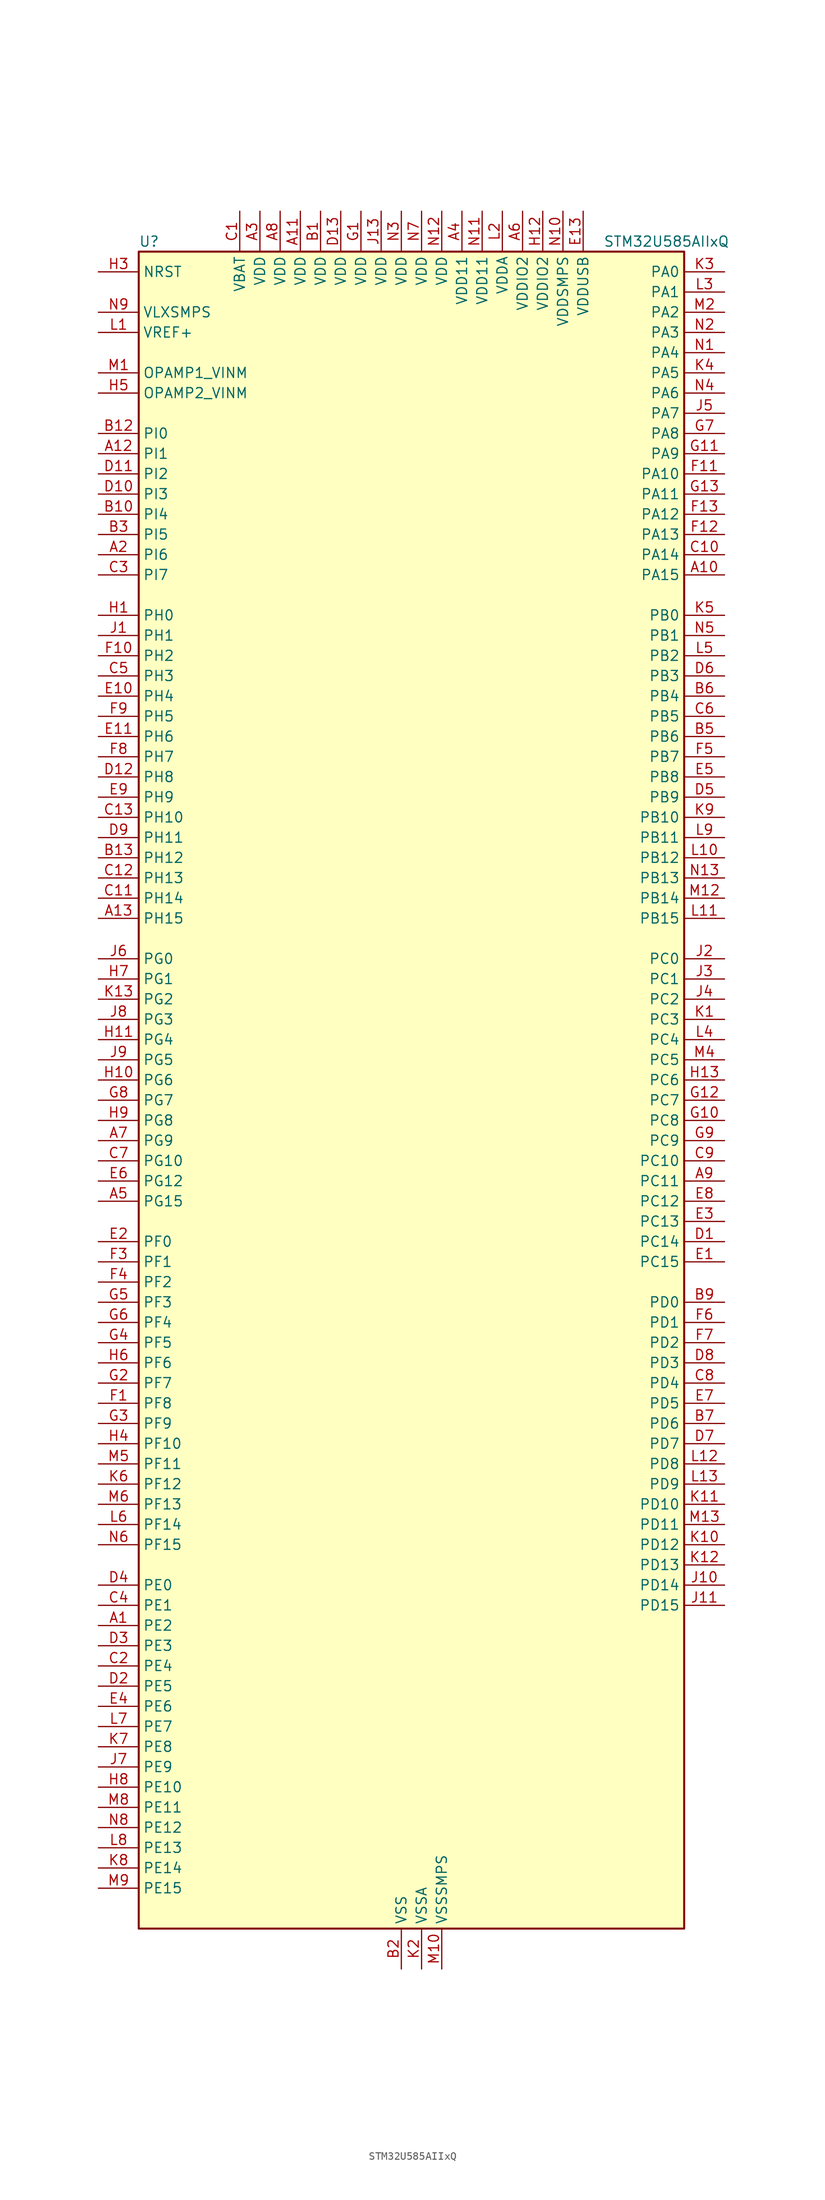
<source format=kicad_sym>
(kicad_symbol_lib
  (version 20211014)
  (generator kicad-library-utils)
  (symbol "STM32U585AIIxQ"
    (property "Reference" "U"
      (at -33.02 107.95 0)
      (effects (font (size 1.27 1.27)) (justify left)))
    (property "Value" "STM32U585AIIxQ"
      (at 25.4 107.95 0)
      (effects (font (size 1.27 1.27)) (justify left)))
    (property "ki_fp_filters" "*UFBGA*7x7mm*Layout13x13*P0.5mm*"
      (at 0.0 0.0 0.0)
      (effects (font (size 1.27 1.27))))
    (symbol "STM32U585AIIxQ_0_1"
      (rectangle (start -33.02 -104.14) (end 35.56 106.68) (stroke (width 0.254)) (fill (type background))))
    (symbol "STM32U585AIIxQ_1_1"
      (pin input line (at -38.1 104.14 0) (length 5.08) (name "NRST" (effects (font (size 1.27 1.27)))) (number "H3" (effects (font (size 1.27 1.27)))))
      (pin power_in line (at -38.1 99.06 0) (length 5.08) (name "VLXSMPS" (effects (font (size 1.27 1.27)))) (number "N9" (effects (font (size 1.27 1.27)))))
      (pin input line (at -38.1 96.52 0) (length 5.08) (name "VREF+" (effects (font (size 1.27 1.27)))) (number "L1" (effects (font (size 1.27 1.27)))) (alternate "VREFBUF_OUT" bidirectional line))
      (pin bidirectional line (at -38.1 91.44 0) (length 5.08) (name "OPAMP1_VINM" (effects (font (size 1.27 1.27)))) (number "M1" (effects (font (size 1.27 1.27)))) (alternate "OPAMP1_VINM" bidirectional line))
      (pin bidirectional line (at -38.1 88.9 0) (length 5.08) (name "OPAMP2_VINM" (effects (font (size 1.27 1.27)))) (number "H5" (effects (font (size 1.27 1.27)))) (alternate "OPAMP2_VINM" bidirectional line))
      (pin bidirectional line (at -38.1 83.82 0) (length 5.08) (name "PI0" (effects (font (size 1.27 1.27)))) (number "B12" (effects (font (size 1.27 1.27)))) (alternate "DCMI_D13" bidirectional line) (alternate "OCTOSPIM_P1_IO5" bidirectional line) (alternate "PSSI_D13" bidirectional line) (alternate "SPI2_NSS" bidirectional line) (alternate "TIM5_CH4" bidirectional line))
      (pin bidirectional line (at -38.1 81.28 0) (length 5.08) (name "PI1" (effects (font (size 1.27 1.27)))) (number "A12" (effects (font (size 1.27 1.27)))) (alternate "DCMI_D8" bidirectional line) (alternate "OCTOSPIM_P2_IO2" bidirectional line) (alternate "PSSI_D8" bidirectional line) (alternate "SPI2_SCK" bidirectional line))
      (pin bidirectional line (at -38.1 78.74 0) (length 5.08) (name "PI2" (effects (font (size 1.27 1.27)))) (number "D11" (effects (font (size 1.27 1.27)))) (alternate "DCMI_D9" bidirectional line) (alternate "OCTOSPIM_P2_IO1" bidirectional line) (alternate "PSSI_D9" bidirectional line) (alternate "SPI2_MISO" bidirectional line) (alternate "TIM8_CH4" bidirectional line))
      (pin bidirectional line (at -38.1 76.2 0) (length 5.08) (name "PI3" (effects (font (size 1.27 1.27)))) (number "D10" (effects (font (size 1.27 1.27)))) (alternate "DCMI_D10" bidirectional line) (alternate "OCTOSPIM_P2_IO0" bidirectional line) (alternate "PSSI_D10" bidirectional line) (alternate "SPI2_MOSI" bidirectional line) (alternate "TIM8_ETR" bidirectional line))
      (pin bidirectional line (at -38.1 73.66 0) (length 5.08) (name "PI4" (effects (font (size 1.27 1.27)))) (number "B10" (effects (font (size 1.27 1.27)))) (alternate "DCMI_D5" bidirectional line) (alternate "PSSI_D5" bidirectional line) (alternate "SPI2_RDY" bidirectional line) (alternate "TIM8_BKIN" bidirectional line))
      (pin bidirectional line (at -38.1 71.12 0) (length 5.08) (name "PI5" (effects (font (size 1.27 1.27)))) (number "B3" (effects (font (size 1.27 1.27)))) (alternate "DCMI_VSYNC" bidirectional line) (alternate "OCTOSPIM_P2_NCS" bidirectional line) (alternate "PSSI_RDY" bidirectional line) (alternate "TIM8_CH1" bidirectional line))
      (pin bidirectional line (at -38.1 68.58 0) (length 5.08) (name "PI6" (effects (font (size 1.27 1.27)))) (number "A2" (effects (font (size 1.27 1.27)))) (alternate "DCMI_D6" bidirectional line) (alternate "OCTOSPIM_P2_CLK" bidirectional line) (alternate "PSSI_D6" bidirectional line) (alternate "TIM8_CH2" bidirectional line))
      (pin bidirectional line (at -38.1 66.04 0) (length 5.08) (name "PI7" (effects (font (size 1.27 1.27)))) (number "C3" (effects (font (size 1.27 1.27)))) (alternate "DCMI_D7" bidirectional line) (alternate "OCTOSPIM_P2_NCLK" bidirectional line) (alternate "PSSI_D7" bidirectional line) (alternate "TIM8_CH3" bidirectional line))
      (pin bidirectional line (at -38.1 60.96 0) (length 5.08) (name "PH0" (effects (font (size 1.27 1.27)))) (number "H1" (effects (font (size 1.27 1.27)))) (alternate "RCC_OSC_IN" bidirectional line))
      (pin bidirectional line (at -38.1 58.42 0) (length 5.08) (name "PH1" (effects (font (size 1.27 1.27)))) (number "J1" (effects (font (size 1.27 1.27)))) (alternate "RCC_OSC_OUT" bidirectional line))
      (pin bidirectional line (at -38.1 55.88 0) (length 5.08) (name "PH2" (effects (font (size 1.27 1.27)))) (number "F10" (effects (font (size 1.27 1.27)))) (alternate "OCTOSPIM_P1_IO4" bidirectional line))
      (pin bidirectional line (at -38.1 53.34 0) (length 5.08) (name "PH3" (effects (font (size 1.27 1.27)))) (number "C5" (effects (font (size 1.27 1.27)))))
      (pin bidirectional line (at -38.1 50.8 0) (length 5.08) (name "PH4" (effects (font (size 1.27 1.27)))) (number "E10" (effects (font (size 1.27 1.27)))) (alternate "I2C2_SCL" bidirectional line) (alternate "OCTOSPIM_P2_DQS" bidirectional line) (alternate "PSSI_D14" bidirectional line))
      (pin bidirectional line (at -38.1 48.26 0) (length 5.08) (name "PH5" (effects (font (size 1.27 1.27)))) (number "F9" (effects (font (size 1.27 1.27)))) (alternate "DCMI_PIXCLK" bidirectional line) (alternate "I2C2_SDA" bidirectional line) (alternate "PSSI_PDCK" bidirectional line))
      (pin bidirectional line (at -38.1 45.72 0) (length 5.08) (name "PH6" (effects (font (size 1.27 1.27)))) (number "E11" (effects (font (size 1.27 1.27)))) (alternate "DCMI_D8" bidirectional line) (alternate "I2C2_SMBA" bidirectional line) (alternate "OCTOSPIM_P2_CLK" bidirectional line) (alternate "PSSI_D8" bidirectional line))
      (pin bidirectional line (at -38.1 43.18 0) (length 5.08) (name "PH7" (effects (font (size 1.27 1.27)))) (number "F8" (effects (font (size 1.27 1.27)))) (alternate "DCMI_D9" bidirectional line) (alternate "I2C3_SCL" bidirectional line) (alternate "OCTOSPIM_P2_NCLK" bidirectional line) (alternate "PSSI_D9" bidirectional line))
      (pin bidirectional line (at -38.1 40.64 0) (length 5.08) (name "PH8" (effects (font (size 1.27 1.27)))) (number "D12" (effects (font (size 1.27 1.27)))) (alternate "DCMI_HSYNC" bidirectional line) (alternate "I2C3_SDA" bidirectional line) (alternate "OCTOSPIM_P2_IO3" bidirectional line) (alternate "PSSI_DE" bidirectional line))
      (pin bidirectional line (at -38.1 38.1 0) (length 5.08) (name "PH9" (effects (font (size 1.27 1.27)))) (number "E9" (effects (font (size 1.27 1.27)))) (alternate "DAC1_EXTI9" bidirectional line) (alternate "DCMI_D0" bidirectional line) (alternate "I2C3_SMBA" bidirectional line) (alternate "OCTOSPIM_P2_IO4" bidirectional line) (alternate "PSSI_D0" bidirectional line))
      (pin bidirectional line (at -38.1 35.56 0) (length 5.08) (name "PH10" (effects (font (size 1.27 1.27)))) (number "C13" (effects (font (size 1.27 1.27)))) (alternate "DCMI_D1" bidirectional line) (alternate "OCTOSPIM_P2_IO5" bidirectional line) (alternate "PSSI_D1" bidirectional line) (alternate "TIM5_CH1" bidirectional line))
      (pin bidirectional line (at -38.1 33.02 0) (length 5.08) (name "PH11" (effects (font (size 1.27 1.27)))) (number "D9" (effects (font (size 1.27 1.27)))) (alternate "ADC1_EXTI11" bidirectional line) (alternate "DCMI_D2" bidirectional line) (alternate "OCTOSPIM_P2_IO6" bidirectional line) (alternate "PSSI_D2" bidirectional line) (alternate "TIM5_CH2" bidirectional line))
      (pin bidirectional line (at -38.1 30.48 0) (length 5.08) (name "PH12" (effects (font (size 1.27 1.27)))) (number "B13" (effects (font (size 1.27 1.27)))) (alternate "DCMI_D3" bidirectional line) (alternate "OCTOSPIM_P2_IO7" bidirectional line) (alternate "PSSI_D3" bidirectional line) (alternate "TIM5_CH3" bidirectional line) (alternate "TIM8_CH4N" bidirectional line))
      (pin bidirectional line (at -38.1 27.94 0) (length 5.08) (name "PH13" (effects (font (size 1.27 1.27)))) (number "C12" (effects (font (size 1.27 1.27)))) (alternate "FDCAN1_TX" bidirectional line) (alternate "TIM8_CH1N" bidirectional line))
      (pin bidirectional line (at -38.1 25.4 0) (length 5.08) (name "PH14" (effects (font (size 1.27 1.27)))) (number "C11" (effects (font (size 1.27 1.27)))) (alternate "DCMI_D4" bidirectional line) (alternate "FDCAN1_RX" bidirectional line) (alternate "PSSI_D4" bidirectional line) (alternate "TIM8_CH2N" bidirectional line))
      (pin bidirectional line (at -38.1 22.86 0) (length 5.08) (name "PH15" (effects (font (size 1.27 1.27)))) (number "A13" (effects (font (size 1.27 1.27)))) (alternate "ADC1_EXTI15" bidirectional line) (alternate "ADC4_EXTI15" bidirectional line) (alternate "DCMI_D11" bidirectional line) (alternate "OCTOSPIM_P2_IO6" bidirectional line) (alternate "PSSI_D11" bidirectional line) (alternate "TIM8_CH3N" bidirectional line))
      (pin bidirectional line (at -38.1 17.78 0) (length 5.08) (name "PG0" (effects (font (size 1.27 1.27)))) (number "J6" (effects (font (size 1.27 1.27)))) (alternate "ADC4_IN7" bidirectional line) (alternate "FMC_A10" bidirectional line) (alternate "OCTOSPIM_P2_IO4" bidirectional line) (alternate "TSC_G8_IO3" bidirectional line))
      (pin bidirectional line (at -38.1 15.24 0) (length 5.08) (name "PG1" (effects (font (size 1.27 1.27)))) (number "H7" (effects (font (size 1.27 1.27)))) (alternate "ADC4_IN8" bidirectional line) (alternate "FMC_A11" bidirectional line) (alternate "OCTOSPIM_P2_IO5" bidirectional line) (alternate "TSC_G8_IO4" bidirectional line))
      (pin bidirectional line (at -38.1 12.7 0) (length 5.08) (name "PG2" (effects (font (size 1.27 1.27)))) (number "K13" (effects (font (size 1.27 1.27)))) (alternate "FMC_A12" bidirectional line) (alternate "SAI2_SCK_B" bidirectional line) (alternate "SPI1_SCK" bidirectional line))
      (pin bidirectional line (at -38.1 10.16 0) (length 5.08) (name "PG3" (effects (font (size 1.27 1.27)))) (number "J8" (effects (font (size 1.27 1.27)))) (alternate "FMC_A13" bidirectional line) (alternate "SAI2_FS_B" bidirectional line) (alternate "SPI1_MISO" bidirectional line))
      (pin bidirectional line (at -38.1 7.62 0) (length 5.08) (name "PG4" (effects (font (size 1.27 1.27)))) (number "H11" (effects (font (size 1.27 1.27)))) (alternate "FMC_A14" bidirectional line) (alternate "SAI2_MCLK_B" bidirectional line) (alternate "SPI1_MOSI" bidirectional line))
      (pin bidirectional line (at -38.1 5.08 0) (length 5.08) (name "PG5" (effects (font (size 1.27 1.27)))) (number "J9" (effects (font (size 1.27 1.27)))) (alternate "FMC_A15" bidirectional line) (alternate "LPUART1_CTS" bidirectional line) (alternate "SAI2_SD_B" bidirectional line) (alternate "SPI1_NSS" bidirectional line))
      (pin bidirectional line (at -38.1 2.54 0) (length 5.08) (name "PG6" (effects (font (size 1.27 1.27)))) (number "H10" (effects (font (size 1.27 1.27)))) (alternate "I2C3_SMBA" bidirectional line) (alternate "LPUART1_DE" bidirectional line) (alternate "LPUART1_RTS" bidirectional line) (alternate "OCTOSPIM_P1_DQS" bidirectional line) (alternate "SPI1_RDY" bidirectional line) (alternate "UCPD1_FRSTX1" bidirectional line))
      (pin bidirectional line (at -38.1 0.0 0) (length 5.08) (name "PG7" (effects (font (size 1.27 1.27)))) (number "G8" (effects (font (size 1.27 1.27)))) (alternate "FMC_INT" bidirectional line) (alternate "I2C3_SCL" bidirectional line) (alternate "LPUART1_TX" bidirectional line) (alternate "MDF1_CCK0" bidirectional line) (alternate "OCTOSPIM_P2_DQS" bidirectional line) (alternate "SAI1_CK1" bidirectional line) (alternate "SAI1_MCLK_A" bidirectional line) (alternate "UCPD1_FRSTX2" bidirectional line))
      (pin bidirectional line (at -38.1 -2.54 0) (length 5.08) (name "PG8" (effects (font (size 1.27 1.27)))) (number "H9" (effects (font (size 1.27 1.27)))) (alternate "I2C3_SDA" bidirectional line) (alternate "LPUART1_RX" bidirectional line))
      (pin bidirectional line (at -38.1 -5.08 0) (length 5.08) (name "PG9" (effects (font (size 1.27 1.27)))) (number "A7" (effects (font (size 1.27 1.27)))) (alternate "DAC1_EXTI9" bidirectional line) (alternate "FMC_NCE" bidirectional line) (alternate "FMC_NE2" bidirectional line) (alternate "OCTOSPIM_P2_IO6" bidirectional line) (alternate "SAI2_SCK_A" bidirectional line) (alternate "SPI3_SCK" bidirectional line) (alternate "TIM15_CH1N" bidirectional line) (alternate "USART1_TX" bidirectional line))
      (pin bidirectional line (at -38.1 -7.62 0) (length 5.08) (name "PG10" (effects (font (size 1.27 1.27)))) (number "C7" (effects (font (size 1.27 1.27)))) (alternate "FMC_NE3" bidirectional line) (alternate "LPTIM1_IN1" bidirectional line) (alternate "OCTOSPIM_P2_IO7" bidirectional line) (alternate "SAI2_FS_A" bidirectional line) (alternate "SPI3_MISO" bidirectional line) (alternate "TIM15_CH1" bidirectional line) (alternate "USART1_RX" bidirectional line))
      (pin bidirectional line (at -38.1 -10.16 0) (length 5.08) (name "PG12" (effects (font (size 1.27 1.27)))) (number "E6" (effects (font (size 1.27 1.27)))) (alternate "FMC_NE4" bidirectional line) (alternate "LPTIM1_ETR" bidirectional line) (alternate "OCTOSPIM_P2_NCS" bidirectional line) (alternate "SAI2_SD_A" bidirectional line) (alternate "SPI3_NSS" bidirectional line) (alternate "USART1_DE" bidirectional line) (alternate "USART1_RTS" bidirectional line))
      (pin bidirectional line (at -38.1 -12.7 0) (length 5.08) (name "PG15" (effects (font (size 1.27 1.27)))) (number "A5" (effects (font (size 1.27 1.27)))) (alternate "ADC1_EXTI15" bidirectional line) (alternate "ADC4_EXTI15" bidirectional line) (alternate "DCMI_D13" bidirectional line) (alternate "I2C1_SMBA" bidirectional line) (alternate "LPTIM1_CH1" bidirectional line) (alternate "OCTOSPIM_P2_DQS" bidirectional line) (alternate "PSSI_D13" bidirectional line))
      (pin bidirectional line (at -38.1 -17.78 0) (length 5.08) (name "PF0" (effects (font (size 1.27 1.27)))) (number "E2" (effects (font (size 1.27 1.27)))) (alternate "FMC_A0" bidirectional line) (alternate "I2C2_SDA" bidirectional line) (alternate "OCTOSPIM_P2_IO0" bidirectional line))
      (pin bidirectional line (at -38.1 -20.32 0) (length 5.08) (name "PF1" (effects (font (size 1.27 1.27)))) (number "F3" (effects (font (size 1.27 1.27)))) (alternate "FMC_A1" bidirectional line) (alternate "I2C2_SCL" bidirectional line) (alternate "OCTOSPIM_P2_IO1" bidirectional line))
      (pin bidirectional line (at -38.1 -22.86 0) (length 5.08) (name "PF2" (effects (font (size 1.27 1.27)))) (number "F4" (effects (font (size 1.27 1.27)))) (alternate "FMC_A2" bidirectional line) (alternate "I2C2_SMBA" bidirectional line) (alternate "LPTIM3_CH2" bidirectional line) (alternate "OCTOSPIM_P2_IO2" bidirectional line) (alternate "PWR_WKUP8" bidirectional line))
      (pin bidirectional line (at -38.1 -25.4 0) (length 5.08) (name "PF3" (effects (font (size 1.27 1.27)))) (number "G5" (effects (font (size 1.27 1.27)))) (alternate "FMC_A3" bidirectional line) (alternate "LPTIM3_IN1" bidirectional line) (alternate "OCTOSPIM_P2_IO3" bidirectional line))
      (pin bidirectional line (at -38.1 -27.94 0) (length 5.08) (name "PF4" (effects (font (size 1.27 1.27)))) (number "G6" (effects (font (size 1.27 1.27)))) (alternate "FMC_A4" bidirectional line) (alternate "LPTIM3_ETR" bidirectional line) (alternate "OCTOSPIM_P2_CLK" bidirectional line))
      (pin bidirectional line (at -38.1 -30.48 0) (length 5.08) (name "PF5" (effects (font (size 1.27 1.27)))) (number "G4" (effects (font (size 1.27 1.27)))) (alternate "FMC_A5" bidirectional line) (alternate "LPTIM3_CH1" bidirectional line) (alternate "OCTOSPIM_P2_NCLK" bidirectional line))
      (pin bidirectional line (at -38.1 -33.02 0) (length 5.08) (name "PF6" (effects (font (size 1.27 1.27)))) (number "H6" (effects (font (size 1.27 1.27)))) (alternate "DCMI_D12" bidirectional line) (alternate "OCTOSPIM_P1_IO3" bidirectional line) (alternate "OCTOSPIM_P2_NCS" bidirectional line) (alternate "PSSI_D12" bidirectional line) (alternate "SAI1_SD_B" bidirectional line) (alternate "TIM5_CH1" bidirectional line) (alternate "TIM5_ETR" bidirectional line))
      (pin bidirectional line (at -38.1 -35.56 0) (length 5.08) (name "PF7" (effects (font (size 1.27 1.27)))) (number "G2" (effects (font (size 1.27 1.27)))) (alternate "FDCAN1_RX" bidirectional line) (alternate "OCTOSPIM_P1_IO2" bidirectional line) (alternate "SAI1_MCLK_B" bidirectional line) (alternate "TIM5_CH2" bidirectional line))
      (pin bidirectional line (at -38.1 -38.1 0) (length 5.08) (name "PF8" (effects (font (size 1.27 1.27)))) (number "F1" (effects (font (size 1.27 1.27)))) (alternate "FDCAN1_TX" bidirectional line) (alternate "OCTOSPIM_P1_IO0" bidirectional line) (alternate "PSSI_D14" bidirectional line) (alternate "SAI1_SCK_B" bidirectional line) (alternate "TIM5_CH3" bidirectional line))
      (pin bidirectional line (at -38.1 -40.64 0) (length 5.08) (name "PF9" (effects (font (size 1.27 1.27)))) (number "G3" (effects (font (size 1.27 1.27)))) (alternate "DAC1_EXTI9" bidirectional line) (alternate "OCTOSPIM_P1_IO1" bidirectional line) (alternate "PSSI_D15" bidirectional line) (alternate "SAI1_FS_B" bidirectional line) (alternate "TIM15_CH1" bidirectional line) (alternate "TIM5_CH4" bidirectional line))
      (pin bidirectional line (at -38.1 -43.18 0) (length 5.08) (name "PF10" (effects (font (size 1.27 1.27)))) (number "H4" (effects (font (size 1.27 1.27)))) (alternate "DCMI_D11" bidirectional line) (alternate "MDF1_CCK1" bidirectional line) (alternate "OCTOSPIM_P1_CLK" bidirectional line) (alternate "PSSI_D11" bidirectional line) (alternate "PSSI_D15" bidirectional line) (alternate "SAI1_D3" bidirectional line) (alternate "TIM15_CH2" bidirectional line))
      (pin bidirectional line (at -38.1 -45.72 0) (length 5.08) (name "PF11" (effects (font (size 1.27 1.27)))) (number "M5" (effects (font (size 1.27 1.27)))) (alternate "ADC1_EXTI11" bidirectional line) (alternate "DCMI_D12" bidirectional line) (alternate "LPTIM4_IN1" bidirectional line) (alternate "OCTOSPIM_P1_NCLK" bidirectional line) (alternate "PSSI_D12" bidirectional line))
      (pin bidirectional line (at -38.1 -48.26 0) (length 5.08) (name "PF12" (effects (font (size 1.27 1.27)))) (number "K6" (effects (font (size 1.27 1.27)))) (alternate "FMC_A6" bidirectional line) (alternate "LPTIM4_ETR" bidirectional line) (alternate "OCTOSPIM_P2_DQS" bidirectional line))
      (pin bidirectional line (at -38.1 -50.8 0) (length 5.08) (name "PF13" (effects (font (size 1.27 1.27)))) (number "M6" (effects (font (size 1.27 1.27)))) (alternate "FMC_A7" bidirectional line) (alternate "I2C4_SMBA" bidirectional line) (alternate "LPTIM4_OUT" bidirectional line) (alternate "UCPD1_FRSTX2" bidirectional line))
      (pin bidirectional line (at -38.1 -53.34 0) (length 5.08) (name "PF14" (effects (font (size 1.27 1.27)))) (number "L6" (effects (font (size 1.27 1.27)))) (alternate "ADC4_IN5" bidirectional line) (alternate "FMC_A8" bidirectional line) (alternate "I2C4_SCL" bidirectional line) (alternate "TSC_G8_IO1" bidirectional line))
      (pin bidirectional line (at -38.1 -55.88 0) (length 5.08) (name "PF15" (effects (font (size 1.27 1.27)))) (number "N6" (effects (font (size 1.27 1.27)))) (alternate "ADC1_EXTI15" bidirectional line) (alternate "ADC4_EXTI15" bidirectional line) (alternate "ADC4_IN6" bidirectional line) (alternate "FMC_A9" bidirectional line) (alternate "I2C4_SDA" bidirectional line) (alternate "TSC_G8_IO2" bidirectional line))
      (pin bidirectional line (at -38.1 -60.96 0) (length 5.08) (name "PE0" (effects (font (size 1.27 1.27)))) (number "D4" (effects (font (size 1.27 1.27)))) (alternate "DCMI_D2" bidirectional line) (alternate "FMC_NBL0" bidirectional line) (alternate "PSSI_D2" bidirectional line) (alternate "TIM16_CH1" bidirectional line) (alternate "TIM4_ETR" bidirectional line))
      (pin bidirectional line (at -38.1 -63.5 0) (length 5.08) (name "PE1" (effects (font (size 1.27 1.27)))) (number "C4" (effects (font (size 1.27 1.27)))) (alternate "DCMI_D3" bidirectional line) (alternate "FMC_NBL1" bidirectional line) (alternate "PSSI_D3" bidirectional line) (alternate "TIM17_CH1" bidirectional line))
      (pin bidirectional line (at -38.1 -66.04 0) (length 5.08) (name "PE2" (effects (font (size 1.27 1.27)))) (number "A1" (effects (font (size 1.27 1.27)))) (alternate "DEBUG_TRACECLK" bidirectional line) (alternate "FMC_A23" bidirectional line) (alternate "SAI1_CK1" bidirectional line) (alternate "SAI1_MCLK_A" bidirectional line) (alternate "TIM3_ETR" bidirectional line) (alternate "TSC_G7_IO1" bidirectional line))
      (pin bidirectional line (at -38.1 -68.58 0) (length 5.08) (name "PE3" (effects (font (size 1.27 1.27)))) (number "D3" (effects (font (size 1.27 1.27)))) (alternate "DEBUG_TRACED0" bidirectional line) (alternate "FMC_A19" bidirectional line) (alternate "OCTOSPIM_P1_DQS" bidirectional line) (alternate "SAI1_SD_B" bidirectional line) (alternate "TAMP_IN6" bidirectional line) (alternate "TAMP_OUT3" bidirectional line) (alternate "TIM3_CH1" bidirectional line) (alternate "TSC_G7_IO2" bidirectional line))
      (pin bidirectional line (at -38.1 -71.12 0) (length 5.08) (name "PE4" (effects (font (size 1.27 1.27)))) (number "C2" (effects (font (size 1.27 1.27)))) (alternate "DCMI_D4" bidirectional line) (alternate "DEBUG_TRACED1" bidirectional line) (alternate "FMC_A20" bidirectional line) (alternate "MDF1_SDI3" bidirectional line) (alternate "PSSI_D4" bidirectional line) (alternate "PWR_WKUP1" bidirectional line) (alternate "SAI1_D2" bidirectional line) (alternate "SAI1_FS_A" bidirectional line) (alternate "TAMP_IN7" bidirectional line) (alternate "TAMP_OUT8" bidirectional line) (alternate "TIM3_CH2" bidirectional line) (alternate "TSC_G7_IO3" bidirectional line))
      (pin bidirectional line (at -38.1 -73.66 0) (length 5.08) (name "PE5" (effects (font (size 1.27 1.27)))) (number "D2" (effects (font (size 1.27 1.27)))) (alternate "DCMI_D6" bidirectional line) (alternate "DEBUG_TRACED2" bidirectional line) (alternate "FMC_A21" bidirectional line) (alternate "MDF1_CKI3" bidirectional line) (alternate "PSSI_D6" bidirectional line) (alternate "PWR_WKUP2" bidirectional line) (alternate "SAI1_CK2" bidirectional line) (alternate "SAI1_SCK_A" bidirectional line) (alternate "TAMP_IN8" bidirectional line) (alternate "TAMP_OUT7" bidirectional line) (alternate "TIM3_CH3" bidirectional line) (alternate "TSC_G7_IO4" bidirectional line))
      (pin bidirectional line (at -38.1 -76.2 0) (length 5.08) (name "PE6" (effects (font (size 1.27 1.27)))) (number "E4" (effects (font (size 1.27 1.27)))) (alternate "DCMI_D7" bidirectional line) (alternate "DEBUG_TRACED3" bidirectional line) (alternate "FMC_A22" bidirectional line) (alternate "PSSI_D7" bidirectional line) (alternate "PWR_WKUP3" bidirectional line) (alternate "SAI1_D1" bidirectional line) (alternate "SAI1_SD_A" bidirectional line) (alternate "TAMP_IN3" bidirectional line) (alternate "TAMP_OUT6" bidirectional line) (alternate "TIM3_CH4" bidirectional line))
      (pin bidirectional line (at -38.1 -78.74 0) (length 5.08) (name "PE7" (effects (font (size 1.27 1.27)))) (number "L7" (effects (font (size 1.27 1.27)))) (alternate "FMC_D4" bidirectional line) (alternate "FMC_DA4" bidirectional line) (alternate "MDF1_SDI2" bidirectional line) (alternate "PWR_WKUP6" bidirectional line) (alternate "SAI1_SD_B" bidirectional line) (alternate "TIM1_ETR" bidirectional line))
      (pin bidirectional line (at -38.1 -81.28 0) (length 5.08) (name "PE8" (effects (font (size 1.27 1.27)))) (number "K7" (effects (font (size 1.27 1.27)))) (alternate "FMC_D5" bidirectional line) (alternate "FMC_DA5" bidirectional line) (alternate "MDF1_CKI2" bidirectional line) (alternate "PWR_WKUP7" bidirectional line) (alternate "SAI1_SCK_B" bidirectional line) (alternate "TIM1_CH1N" bidirectional line))
      (pin bidirectional line (at -38.1 -83.82 0) (length 5.08) (name "PE9" (effects (font (size 1.27 1.27)))) (number "J7" (effects (font (size 1.27 1.27)))) (alternate "ADF1_CCK0" bidirectional line) (alternate "DAC1_EXTI9" bidirectional line) (alternate "FMC_D6" bidirectional line) (alternate "FMC_DA6" bidirectional line) (alternate "MDF1_CCK0" bidirectional line) (alternate "OCTOSPIM_P1_NCLK" bidirectional line) (alternate "SAI1_FS_B" bidirectional line) (alternate "TIM1_CH1" bidirectional line))
      (pin bidirectional line (at -38.1 -86.36 0) (length 5.08) (name "PE10" (effects (font (size 1.27 1.27)))) (number "H8" (effects (font (size 1.27 1.27)))) (alternate "ADF1_SDI0" bidirectional line) (alternate "FMC_D7" bidirectional line) (alternate "FMC_DA7" bidirectional line) (alternate "MDF1_SDI4" bidirectional line) (alternate "OCTOSPIM_P1_CLK" bidirectional line) (alternate "SAI1_MCLK_B" bidirectional line) (alternate "TIM1_CH2N" bidirectional line) (alternate "TSC_G5_IO1" bidirectional line))
      (pin bidirectional line (at -38.1 -88.9 0) (length 5.08) (name "PE11" (effects (font (size 1.27 1.27)))) (number "M8" (effects (font (size 1.27 1.27)))) (alternate "ADC1_EXTI11" bidirectional line) (alternate "FMC_D8" bidirectional line) (alternate "FMC_DA8" bidirectional line) (alternate "MDF1_CKI4" bidirectional line) (alternate "OCTOSPIM_P1_NCS" bidirectional line) (alternate "SPI1_RDY" bidirectional line) (alternate "TIM1_CH2" bidirectional line) (alternate "TSC_G5_IO2" bidirectional line))
      (pin bidirectional line (at -38.1 -91.44 0) (length 5.08) (name "PE12" (effects (font (size 1.27 1.27)))) (number "N8" (effects (font (size 1.27 1.27)))) (alternate "FMC_D9" bidirectional line) (alternate "FMC_DA9" bidirectional line) (alternate "MDF1_SDI5" bidirectional line) (alternate "OCTOSPIM_P1_IO0" bidirectional line) (alternate "SPI1_NSS" bidirectional line) (alternate "TIM1_CH3N" bidirectional line) (alternate "TSC_G5_IO3" bidirectional line))
      (pin bidirectional line (at -38.1 -93.98 0) (length 5.08) (name "PE13" (effects (font (size 1.27 1.27)))) (number "L8" (effects (font (size 1.27 1.27)))) (alternate "FMC_D10" bidirectional line) (alternate "FMC_DA10" bidirectional line) (alternate "MDF1_CKI5" bidirectional line) (alternate "OCTOSPIM_P1_IO1" bidirectional line) (alternate "SPI1_SCK" bidirectional line) (alternate "TIM1_CH3" bidirectional line) (alternate "TSC_G5_IO4" bidirectional line))
      (pin bidirectional line (at -38.1 -96.52 0) (length 5.08) (name "PE14" (effects (font (size 1.27 1.27)))) (number "K8" (effects (font (size 1.27 1.27)))) (alternate "FMC_D11" bidirectional line) (alternate "FMC_DA11" bidirectional line) (alternate "OCTOSPIM_P1_IO2" bidirectional line) (alternate "SPI1_MISO" bidirectional line) (alternate "TIM1_BKIN2" bidirectional line) (alternate "TIM1_CH4" bidirectional line))
      (pin bidirectional line (at -38.1 -99.06 0) (length 5.08) (name "PE15" (effects (font (size 1.27 1.27)))) (number "M9" (effects (font (size 1.27 1.27)))) (alternate "ADC1_EXTI15" bidirectional line) (alternate "ADC4_EXTI15" bidirectional line) (alternate "FMC_D12" bidirectional line) (alternate "FMC_DA12" bidirectional line) (alternate "OCTOSPIM_P1_IO3" bidirectional line) (alternate "SPI1_MOSI" bidirectional line) (alternate "TIM1_BKIN" bidirectional line) (alternate "TIM1_CH4N" bidirectional line))
      (pin bidirectional line (at 40.64 104.14 180) (length 5.08) (name "PA0" (effects (font (size 1.27 1.27)))) (number "K3" (effects (font (size 1.27 1.27)))) (alternate "ADC1_IN5" bidirectional line) (alternate "AUDIOCLK" bidirectional line) (alternate "OCTOSPIM_P2_NCS" bidirectional line) (alternate "OPAMP1_VINP" bidirectional line) (alternate "PWR_WKUP1" bidirectional line) (alternate "SDMMC2_CMD" bidirectional line) (alternate "SPI3_RDY" bidirectional line) (alternate "TAMP_IN2" bidirectional line) (alternate "TAMP_OUT1" bidirectional line) (alternate "TIM2_CH1" bidirectional line) (alternate "TIM2_ETR" bidirectional line) (alternate "TIM5_CH1" bidirectional line) (alternate "TIM8_ETR" bidirectional line) (alternate "UART4_TX" bidirectional line) (alternate "USART2_CTS" bidirectional line))
      (pin bidirectional line (at 40.64 101.6 180) (length 5.08) (name "PA1" (effects (font (size 1.27 1.27)))) (number "L3" (effects (font (size 1.27 1.27)))) (alternate "ADC1_IN6" bidirectional line) (alternate "I2C1_SMBA" bidirectional line) (alternate "LPTIM1_CH2" bidirectional line) (alternate "OCTOSPIM_P1_DQS" bidirectional line) (alternate "OPAMP1_VINM" bidirectional line) (alternate "PWR_WKUP3" bidirectional line) (alternate "SPI1_SCK" bidirectional line) (alternate "TAMP_IN5" bidirectional line) (alternate "TAMP_OUT4" bidirectional line) (alternate "TIM15_CH1N" bidirectional line) (alternate "TIM2_CH2" bidirectional line) (alternate "TIM5_CH2" bidirectional line) (alternate "UART4_RX" bidirectional line) (alternate "USART2_DE" bidirectional line) (alternate "USART2_RTS" bidirectional line))
      (pin bidirectional line (at 40.64 99.06 180) (length 5.08) (name "PA2" (effects (font (size 1.27 1.27)))) (number "M2" (effects (font (size 1.27 1.27)))) (alternate "ADC1_IN7" bidirectional line) (alternate "COMP1_INP" bidirectional line) (alternate "LPUART1_TX" bidirectional line) (alternate "OCTOSPIM_P1_NCS" bidirectional line) (alternate "PWR_WKUP4" bidirectional line) (alternate "RCC_LSCO" bidirectional line) (alternate "SPI1_RDY" bidirectional line) (alternate "TIM15_CH1" bidirectional line) (alternate "TIM2_CH3" bidirectional line) (alternate "TIM5_CH3" bidirectional line) (alternate "UCPD1_FRSTX1" bidirectional line) (alternate "USART2_TX" bidirectional line))
      (pin bidirectional line (at 40.64 96.52 180) (length 5.08) (name "PA3" (effects (font (size 1.27 1.27)))) (number "N2" (effects (font (size 1.27 1.27)))) (alternate "ADC1_IN8" bidirectional line) (alternate "LPUART1_RX" bidirectional line) (alternate "OCTOSPIM_P1_CLK" bidirectional line) (alternate "OPAMP1_VOUT" bidirectional line) (alternate "PWR_WKUP5" bidirectional line) (alternate "SAI1_CK1" bidirectional line) (alternate "SAI1_MCLK_A" bidirectional line) (alternate "TIM15_CH2" bidirectional line) (alternate "TIM2_CH4" bidirectional line) (alternate "TIM5_CH4" bidirectional line) (alternate "USART2_RX" bidirectional line))
      (pin bidirectional line (at 40.64 93.98 180) (length 5.08) (name "PA4" (effects (font (size 1.27 1.27)))) (number "N1" (effects (font (size 1.27 1.27)))) (alternate "ADC1_IN9" bidirectional line) (alternate "ADC4_IN9" bidirectional line) (alternate "DAC1_OUT1" bidirectional line) (alternate "DCMI_HSYNC" bidirectional line) (alternate "LPTIM2_CH1" bidirectional line) (alternate "OCTOSPIM_P1_NCS" bidirectional line) (alternate "PSSI_DE" bidirectional line) (alternate "PWR_WKUP2" bidirectional line) (alternate "SAI1_FS_B" bidirectional line) (alternate "SPI1_NSS" bidirectional line) (alternate "SPI3_NSS" bidirectional line) (alternate "USART2_CK" bidirectional line))
      (pin bidirectional line (at 40.64 91.44 180) (length 5.08) (name "PA5" (effects (font (size 1.27 1.27)))) (number "K4" (effects (font (size 1.27 1.27)))) (alternate "ADC1_IN10" bidirectional line) (alternate "ADC4_IN10" bidirectional line) (alternate "DAC1_OUT2" bidirectional line) (alternate "LPTIM2_ETR" bidirectional line) (alternate "PSSI_D14" bidirectional line) (alternate "PWR_CSLEEP" bidirectional line) (alternate "PWR_WKUP6" bidirectional line) (alternate "SPI1_SCK" bidirectional line) (alternate "TIM2_CH1" bidirectional line) (alternate "TIM2_ETR" bidirectional line) (alternate "TIM8_CH1N" bidirectional line) (alternate "USART3_RX" bidirectional line))
      (pin bidirectional line (at 40.64 88.9 180) (length 5.08) (name "PA6" (effects (font (size 1.27 1.27)))) (number "N4" (effects (font (size 1.27 1.27)))) (alternate "ADC1_IN11" bidirectional line) (alternate "ADC4_IN11" bidirectional line) (alternate "DCMI_PIXCLK" bidirectional line) (alternate "LPUART1_CTS" bidirectional line) (alternate "OCTOSPIM_P1_IO3" bidirectional line) (alternate "OPAMP2_VINP" bidirectional line) (alternate "PSSI_PDCK" bidirectional line) (alternate "PWR_CDSTOP" bidirectional line) (alternate "PWR_WKUP7" bidirectional line) (alternate "SPI1_MISO" bidirectional line) (alternate "TIM16_CH1" bidirectional line) (alternate "TIM1_BKIN" bidirectional line) (alternate "TIM3_CH1" bidirectional line) (alternate "TIM8_BKIN" bidirectional line) (alternate "USART3_CTS" bidirectional line))
      (pin bidirectional line (at 40.64 86.36 180) (length 5.08) (name "PA7" (effects (font (size 1.27 1.27)))) (number "J5" (effects (font (size 1.27 1.27)))) (alternate "ADC1_IN12" bidirectional line) (alternate "ADC4_IN20" bidirectional line) (alternate "I2C3_SCL" bidirectional line) (alternate "LPTIM2_CH2" bidirectional line) (alternate "OCTOSPIM_P1_IO2" bidirectional line) (alternate "OPAMP2_VINM" bidirectional line) (alternate "PWR_SRDSTOP" bidirectional line) (alternate "PWR_WKUP8" bidirectional line) (alternate "SPI1_MOSI" bidirectional line) (alternate "TIM17_CH1" bidirectional line) (alternate "TIM1_CH1N" bidirectional line) (alternate "TIM3_CH2" bidirectional line) (alternate "TIM8_CH1N" bidirectional line) (alternate "USART3_TX" bidirectional line))
      (pin bidirectional line (at 40.64 83.82 180) (length 5.08) (name "PA8" (effects (font (size 1.27 1.27)))) (number "G7" (effects (font (size 1.27 1.27)))) (alternate "DEBUG_TRACECLK" bidirectional line) (alternate "LPTIM2_CH1" bidirectional line) (alternate "RCC_MCO" bidirectional line) (alternate "SAI1_CK2" bidirectional line) (alternate "SAI1_SCK_A" bidirectional line) (alternate "SPI1_RDY" bidirectional line) (alternate "TIM1_CH1" bidirectional line) (alternate "USART1_CK" bidirectional line) (alternate "USB_OTG_FS_SOF" bidirectional line))
      (pin bidirectional line (at 40.64 81.28 180) (length 5.08) (name "PA9" (effects (font (size 1.27 1.27)))) (number "G11" (effects (font (size 1.27 1.27)))) (alternate "DAC1_EXTI9" bidirectional line) (alternate "DCMI_D0" bidirectional line) (alternate "PSSI_D0" bidirectional line) (alternate "SAI1_FS_A" bidirectional line) (alternate "SPI2_SCK" bidirectional line) (alternate "TIM15_BKIN" bidirectional line) (alternate "TIM1_CH2" bidirectional line) (alternate "USART1_TX" bidirectional line) (alternate "USB_OTG_FS_VBUS" bidirectional line))
      (pin bidirectional line (at 40.64 78.74 180) (length 5.08) (name "PA10" (effects (font (size 1.27 1.27)))) (number "F11" (effects (font (size 1.27 1.27)))) (alternate "CRS_SYNC" bidirectional line) (alternate "DCMI_D1" bidirectional line) (alternate "LPTIM2_IN2" bidirectional line) (alternate "PSSI_D1" bidirectional line) (alternate "SAI1_D1" bidirectional line) (alternate "SAI1_SD_A" bidirectional line) (alternate "TIM17_BKIN" bidirectional line) (alternate "TIM1_CH3" bidirectional line) (alternate "USART1_RX" bidirectional line) (alternate "USB_OTG_FS_ID" bidirectional line))
      (pin bidirectional line (at 40.64 76.2 180) (length 5.08) (name "PA11" (effects (font (size 1.27 1.27)))) (number "G13" (effects (font (size 1.27 1.27)))) (alternate "ADC1_EXTI11" bidirectional line) (alternate "FDCAN1_RX" bidirectional line) (alternate "SPI1_MISO" bidirectional line) (alternate "TIM1_BKIN2" bidirectional line) (alternate "TIM1_CH4" bidirectional line) (alternate "USART1_CTS" bidirectional line) (alternate "USB_OTG_FS_DM" bidirectional line))
      (pin bidirectional line (at 40.64 73.66 180) (length 5.08) (name "PA12" (effects (font (size 1.27 1.27)))) (number "F13" (effects (font (size 1.27 1.27)))) (alternate "FDCAN1_TX" bidirectional line) (alternate "OCTOSPIM_P2_NCS" bidirectional line) (alternate "SPI1_MOSI" bidirectional line) (alternate "TIM1_ETR" bidirectional line) (alternate "USART1_DE" bidirectional line) (alternate "USART1_RTS" bidirectional line) (alternate "USB_OTG_FS_DP" bidirectional line))
      (pin bidirectional line (at 40.64 71.12 180) (length 5.08) (name "PA13" (effects (font (size 1.27 1.27)))) (number "F12" (effects (font (size 1.27 1.27)))) (alternate "DEBUG_JTMS-SWDIO" bidirectional line) (alternate "IR_OUT" bidirectional line) (alternate "SAI1_SD_B" bidirectional line) (alternate "USB_OTG_FS_NOE" bidirectional line))
      (pin bidirectional line (at 40.64 68.58 180) (length 5.08) (name "PA14" (effects (font (size 1.27 1.27)))) (number "C10" (effects (font (size 1.27 1.27)))) (alternate "DEBUG_JTCK-SWCLK" bidirectional line) (alternate "I2C1_SMBA" bidirectional line) (alternate "I2C4_SMBA" bidirectional line) (alternate "LPTIM1_CH1" bidirectional line) (alternate "SAI1_FS_B" bidirectional line) (alternate "USB_OTG_FS_SOF" bidirectional line))
      (pin bidirectional line (at 40.64 66.04 180) (length 5.08) (name "PA15" (effects (font (size 1.27 1.27)))) (number "A10" (effects (font (size 1.27 1.27)))) (alternate "ADC1_EXTI15" bidirectional line) (alternate "ADC4_EXTI15" bidirectional line) (alternate "DEBUG_JTDI" bidirectional line) (alternate "SAI2_FS_B" bidirectional line) (alternate "SPI1_NSS" bidirectional line) (alternate "SPI3_NSS" bidirectional line) (alternate "TIM2_CH1" bidirectional line) (alternate "TIM2_ETR" bidirectional line) (alternate "UART4_DE" bidirectional line) (alternate "UART4_RTS" bidirectional line) (alternate "UCPD1_CC1" bidirectional line) (alternate "USART2_RX" bidirectional line) (alternate "USART3_DE" bidirectional line) (alternate "USART3_RTS" bidirectional line))
      (pin bidirectional line (at 40.64 60.96 180) (length 5.08) (name "PB0" (effects (font (size 1.27 1.27)))) (number "K5" (effects (font (size 1.27 1.27)))) (alternate "ADC1_IN15" bidirectional line) (alternate "ADC4_IN18" bidirectional line) (alternate "AUDIOCLK" bidirectional line) (alternate "COMP1_OUT" bidirectional line) (alternate "LPTIM3_CH1" bidirectional line) (alternate "OCTOSPIM_P1_IO1" bidirectional line) (alternate "OPAMP2_VOUT" bidirectional line) (alternate "SPI1_NSS" bidirectional line) (alternate "TIM1_CH2N" bidirectional line) (alternate "TIM3_CH3" bidirectional line) (alternate "TIM8_CH2N" bidirectional line) (alternate "USART3_CK" bidirectional line))
      (pin bidirectional line (at 40.64 58.42 180) (length 5.08) (name "PB1" (effects (font (size 1.27 1.27)))) (number "N5" (effects (font (size 1.27 1.27)))) (alternate "ADC1_IN16" bidirectional line) (alternate "ADC4_IN19" bidirectional line) (alternate "COMP1_INM" bidirectional line) (alternate "LPTIM2_IN1" bidirectional line) (alternate "LPTIM3_CH2" bidirectional line) (alternate "LPUART1_DE" bidirectional line) (alternate "LPUART1_RTS" bidirectional line) (alternate "MDF1_SDI0" bidirectional line) (alternate "OCTOSPIM_P1_IO0" bidirectional line) (alternate "PWR_WKUP4" bidirectional line) (alternate "TIM1_CH3N" bidirectional line) (alternate "TIM3_CH4" bidirectional line) (alternate "TIM8_CH3N" bidirectional line) (alternate "USART3_DE" bidirectional line) (alternate "USART3_RTS" bidirectional line))
      (pin bidirectional line (at 40.64 55.88 180) (length 5.08) (name "PB2" (effects (font (size 1.27 1.27)))) (number "L5" (effects (font (size 1.27 1.27)))) (alternate "ADC1_IN17" bidirectional line) (alternate "COMP1_INP" bidirectional line) (alternate "I2C3_SMBA" bidirectional line) (alternate "LPTIM1_CH1" bidirectional line) (alternate "MDF1_CKI0" bidirectional line) (alternate "OCTOSPIM_P1_DQS" bidirectional line) (alternate "PWR_WKUP1" bidirectional line) (alternate "RTC_OUT2" bidirectional line) (alternate "SPI1_RDY" bidirectional line) (alternate "TIM8_CH4N" bidirectional line) (alternate "UCPD1_FRSTX1" bidirectional line))
      (pin bidirectional line (at 40.64 53.34 180) (length 5.08) (name "PB3" (effects (font (size 1.27 1.27)))) (number "D6" (effects (font (size 1.27 1.27)))) (alternate "ADF1_CCK0" bidirectional line) (alternate "COMP2_INM" bidirectional line) (alternate "CRS_SYNC" bidirectional line) (alternate "DEBUG_JTDO-SWO" bidirectional line) (alternate "I2C1_SDA" bidirectional line) (alternate "LPTIM1_CH1" bidirectional line) (alternate "SAI1_SCK_B" bidirectional line) (alternate "SDMMC2_D2" bidirectional line) (alternate "SPI1_SCK" bidirectional line) (alternate "SPI3_SCK" bidirectional line) (alternate "TIM2_CH2" bidirectional line) (alternate "USART1_DE" bidirectional line) (alternate "USART1_RTS" bidirectional line))
      (pin bidirectional line (at 40.64 50.8 180) (length 5.08) (name "PB4" (effects (font (size 1.27 1.27)))) (number "B6" (effects (font (size 1.27 1.27)))) (alternate "ADF1_SDI0" bidirectional line) (alternate "COMP2_INP" bidirectional line) (alternate "DCMI_D12" bidirectional line) (alternate "DEBUG_JTRST" bidirectional line) (alternate "I2C3_SDA" bidirectional line) (alternate "LPTIM1_CH2" bidirectional line) (alternate "PSSI_D12" bidirectional line) (alternate "SAI1_MCLK_B" bidirectional line) (alternate "SDMMC2_D3" bidirectional line) (alternate "SPI1_MISO" bidirectional line) (alternate "SPI3_MISO" bidirectional line) (alternate "TIM17_BKIN" bidirectional line) (alternate "TIM3_CH1" bidirectional line) (alternate "TSC_G2_IO1" bidirectional line) (alternate "UART5_DE" bidirectional line) (alternate "UART5_RTS" bidirectional line) (alternate "USART1_CTS" bidirectional line))
      (pin bidirectional line (at 40.64 48.26 180) (length 5.08) (name "PB5" (effects (font (size 1.27 1.27)))) (number "C6" (effects (font (size 1.27 1.27)))) (alternate "COMP2_OUT" bidirectional line) (alternate "DCMI_D10" bidirectional line) (alternate "I2C1_SMBA" bidirectional line) (alternate "LPTIM1_IN1" bidirectional line) (alternate "OCTOSPIM_P1_NCLK" bidirectional line) (alternate "PSSI_D10" bidirectional line) (alternate "PWR_WKUP6" bidirectional line) (alternate "SAI1_SD_B" bidirectional line) (alternate "SPI1_MOSI" bidirectional line) (alternate "SPI3_MOSI" bidirectional line) (alternate "TIM16_BKIN" bidirectional line) (alternate "TIM3_CH2" bidirectional line) (alternate "TSC_G2_IO2" bidirectional line) (alternate "UART5_CTS" bidirectional line) (alternate "UCPD1_DBCC1" bidirectional line) (alternate "USART1_CK" bidirectional line))
      (pin bidirectional line (at 40.64 45.72 180) (length 5.08) (name "PB6" (effects (font (size 1.27 1.27)))) (number "B5" (effects (font (size 1.27 1.27)))) (alternate "COMP2_INP" bidirectional line) (alternate "DCMI_D5" bidirectional line) (alternate "I2C1_SCL" bidirectional line) (alternate "I2C4_SCL" bidirectional line) (alternate "LPTIM1_ETR" bidirectional line) (alternate "MDF1_SDI5" bidirectional line) (alternate "PSSI_D5" bidirectional line) (alternate "PWR_WKUP3" bidirectional line) (alternate "SAI1_FS_B" bidirectional line) (alternate "TIM16_CH1N" bidirectional line) (alternate "TIM4_CH1" bidirectional line) (alternate "TIM8_BKIN2" bidirectional line) (alternate "TSC_G2_IO3" bidirectional line) (alternate "USART1_TX" bidirectional line))
      (pin bidirectional line (at 40.64 43.18 180) (length 5.08) (name "PB7" (effects (font (size 1.27 1.27)))) (number "F5" (effects (font (size 1.27 1.27)))) (alternate "COMP2_INM" bidirectional line) (alternate "DCMI_VSYNC" bidirectional line) (alternate "FMC_NL" bidirectional line) (alternate "I2C1_SDA" bidirectional line) (alternate "I2C4_SDA" bidirectional line) (alternate "LPTIM1_IN2" bidirectional line) (alternate "MDF1_CKI5" bidirectional line) (alternate "PSSI_RDY" bidirectional line) (alternate "PWR_PVD_IN" bidirectional line) (alternate "PWR_WKUP4" bidirectional line) (alternate "TIM17_CH1N" bidirectional line) (alternate "TIM4_CH2" bidirectional line) (alternate "TIM8_BKIN" bidirectional line) (alternate "TSC_G2_IO4" bidirectional line) (alternate "UART4_CTS" bidirectional line) (alternate "USART1_RX" bidirectional line))
      (pin bidirectional line (at 40.64 40.64 180) (length 5.08) (name "PB8" (effects (font (size 1.27 1.27)))) (number "E5" (effects (font (size 1.27 1.27)))) (alternate "DCMI_D6" bidirectional line) (alternate "FDCAN1_RX" bidirectional line) (alternate "I2C1_SCL" bidirectional line) (alternate "MDF1_CCK0" bidirectional line) (alternate "PSSI_D6" bidirectional line) (alternate "PWR_WKUP5" bidirectional line) (alternate "SAI1_CK1" bidirectional line) (alternate "SAI1_MCLK_A" bidirectional line) (alternate "SDMMC1_CKIN" bidirectional line) (alternate "SDMMC1_D4" bidirectional line) (alternate "SDMMC2_D4" bidirectional line) (alternate "SPI3_RDY" bidirectional line) (alternate "TIM16_CH1" bidirectional line) (alternate "TIM4_CH3" bidirectional line))
      (pin bidirectional line (at 40.64 38.1 180) (length 5.08) (name "PB9" (effects (font (size 1.27 1.27)))) (number "D5" (effects (font (size 1.27 1.27)))) (alternate "DAC1_EXTI9" bidirectional line) (alternate "DCMI_D7" bidirectional line) (alternate "FDCAN1_TX" bidirectional line) (alternate "I2C1_SDA" bidirectional line) (alternate "IR_OUT" bidirectional line) (alternate "PSSI_D7" bidirectional line) (alternate "SAI1_D2" bidirectional line) (alternate "SAI1_FS_A" bidirectional line) (alternate "SDMMC1_CDIR" bidirectional line) (alternate "SDMMC1_D5" bidirectional line) (alternate "SDMMC2_D5" bidirectional line) (alternate "SPI2_NSS" bidirectional line) (alternate "TIM17_CH1" bidirectional line) (alternate "TIM4_CH4" bidirectional line))
      (pin bidirectional line (at 40.64 35.56 180) (length 5.08) (name "PB10" (effects (font (size 1.27 1.27)))) (number "K9" (effects (font (size 1.27 1.27)))) (alternate "COMP1_OUT" bidirectional line) (alternate "I2C2_SCL" bidirectional line) (alternate "I2C4_SCL" bidirectional line) (alternate "LPTIM3_CH1" bidirectional line) (alternate "LPUART1_RX" bidirectional line) (alternate "OCTOSPIM_P1_CLK" bidirectional line) (alternate "PWR_WKUP8" bidirectional line) (alternate "SAI1_SCK_A" bidirectional line) (alternate "SPI2_SCK" bidirectional line) (alternate "TIM2_CH3" bidirectional line) (alternate "TSC_SYNC" bidirectional line) (alternate "USART3_TX" bidirectional line))
      (pin bidirectional line (at 40.64 33.02 180) (length 5.08) (name "PB11" (effects (font (size 1.27 1.27)))) (number "L9" (effects (font (size 1.27 1.27)))) (alternate "ADC1_EXTI11" bidirectional line) (alternate "COMP2_OUT" bidirectional line) (alternate "I2C2_SDA" bidirectional line) (alternate "I2C4_SDA" bidirectional line) (alternate "LPUART1_TX" bidirectional line) (alternate "OCTOSPIM_P1_NCS" bidirectional line) (alternate "SPI2_RDY" bidirectional line) (alternate "TIM2_CH4" bidirectional line) (alternate "USART3_RX" bidirectional line))
      (pin bidirectional line (at 40.64 30.48 180) (length 5.08) (name "PB12" (effects (font (size 1.27 1.27)))) (number "L10" (effects (font (size 1.27 1.27)))) (alternate "I2C2_SMBA" bidirectional line) (alternate "LPUART1_DE" bidirectional line) (alternate "LPUART1_RTS" bidirectional line) (alternate "MDF1_SDI1" bidirectional line) (alternate "OCTOSPIM_P1_NCLK" bidirectional line) (alternate "SAI2_FS_A" bidirectional line) (alternate "SPI2_NSS" bidirectional line) (alternate "TIM15_BKIN" bidirectional line) (alternate "TIM1_BKIN" bidirectional line) (alternate "TSC_G1_IO1" bidirectional line) (alternate "USART3_CK" bidirectional line))
      (pin bidirectional line (at 40.64 27.94 180) (length 5.08) (name "PB13" (effects (font (size 1.27 1.27)))) (number "N13" (effects (font (size 1.27 1.27)))) (alternate "I2C2_SCL" bidirectional line) (alternate "LPTIM3_IN1" bidirectional line) (alternate "LPUART1_CTS" bidirectional line) (alternate "MDF1_CKI1" bidirectional line) (alternate "SAI2_SCK_A" bidirectional line) (alternate "SPI2_SCK" bidirectional line) (alternate "TIM15_CH1N" bidirectional line) (alternate "TIM1_CH1N" bidirectional line) (alternate "TSC_G1_IO2" bidirectional line) (alternate "USART3_CTS" bidirectional line))
      (pin bidirectional line (at 40.64 25.4 180) (length 5.08) (name "PB14" (effects (font (size 1.27 1.27)))) (number "M12" (effects (font (size 1.27 1.27)))) (alternate "I2C2_SDA" bidirectional line) (alternate "LPTIM3_ETR" bidirectional line) (alternate "MDF1_SDI2" bidirectional line) (alternate "SAI2_MCLK_A" bidirectional line) (alternate "SDMMC2_D0" bidirectional line) (alternate "SPI2_MISO" bidirectional line) (alternate "TIM15_CH1" bidirectional line) (alternate "TIM1_CH2N" bidirectional line) (alternate "TIM8_CH2N" bidirectional line) (alternate "TSC_G1_IO3" bidirectional line) (alternate "UCPD1_DBCC2" bidirectional line) (alternate "USART3_DE" bidirectional line) (alternate "USART3_RTS" bidirectional line))
      (pin bidirectional line (at 40.64 22.86 180) (length 5.08) (name "PB15" (effects (font (size 1.27 1.27)))) (number "L11" (effects (font (size 1.27 1.27)))) (alternate "ADC1_EXTI15" bidirectional line) (alternate "ADC4_EXTI15" bidirectional line) (alternate "FMC_NBL1" bidirectional line) (alternate "LPTIM2_IN2" bidirectional line) (alternate "MDF1_CKI2" bidirectional line) (alternate "PWR_WKUP7" bidirectional line) (alternate "RTC_REFIN" bidirectional line) (alternate "SAI2_SD_A" bidirectional line) (alternate "SDMMC2_D1" bidirectional line) (alternate "SPI2_MOSI" bidirectional line) (alternate "TIM15_CH2" bidirectional line) (alternate "TIM1_CH3N" bidirectional line) (alternate "TIM8_CH3N" bidirectional line) (alternate "UCPD1_CC2" bidirectional line))
      (pin bidirectional line (at 40.64 17.78 180) (length 5.08) (name "PC0" (effects (font (size 1.27 1.27)))) (number "J2" (effects (font (size 1.27 1.27)))) (alternate "ADC1_IN1" bidirectional line) (alternate "ADC4_IN1" bidirectional line) (alternate "I2C3_SCL" bidirectional line) (alternate "LPTIM1_IN1" bidirectional line) (alternate "LPTIM2_IN1" bidirectional line) (alternate "LPUART1_RX" bidirectional line) (alternate "MDF1_SDI4" bidirectional line) (alternate "OCTOSPIM_P1_IO7" bidirectional line) (alternate "SAI2_FS_A" bidirectional line) (alternate "SDMMC1_D5" bidirectional line) (alternate "SPI2_RDY" bidirectional line))
      (pin bidirectional line (at 40.64 15.24 180) (length 5.08) (name "PC1" (effects (font (size 1.27 1.27)))) (number "J3" (effects (font (size 1.27 1.27)))) (alternate "ADC1_IN2" bidirectional line) (alternate "ADC4_IN2" bidirectional line) (alternate "DEBUG_TRACED0" bidirectional line) (alternate "I2C3_SDA" bidirectional line) (alternate "LPTIM1_CH1" bidirectional line) (alternate "LPUART1_TX" bidirectional line) (alternate "MDF1_CKI4" bidirectional line) (alternate "OCTOSPIM_P1_IO4" bidirectional line) (alternate "SAI1_SD_A" bidirectional line) (alternate "SDMMC2_CK" bidirectional line) (alternate "SPI2_MOSI" bidirectional line))
      (pin bidirectional line (at 40.64 12.7 180) (length 5.08) (name "PC2" (effects (font (size 1.27 1.27)))) (number "J4" (effects (font (size 1.27 1.27)))) (alternate "ADC1_IN3" bidirectional line) (alternate "ADC4_IN3" bidirectional line) (alternate "LPTIM1_IN2" bidirectional line) (alternate "MDF1_CCK1" bidirectional line) (alternate "OCTOSPIM_P1_IO5" bidirectional line) (alternate "SPI2_MISO" bidirectional line))
      (pin bidirectional line (at 40.64 10.16 180) (length 5.08) (name "PC3" (effects (font (size 1.27 1.27)))) (number "K1" (effects (font (size 1.27 1.27)))) (alternate "ADC1_IN4" bidirectional line) (alternate "ADC4_IN4" bidirectional line) (alternate "LPTIM1_ETR" bidirectional line) (alternate "LPTIM2_ETR" bidirectional line) (alternate "LPTIM3_CH1" bidirectional line) (alternate "OCTOSPIM_P1_IO6" bidirectional line) (alternate "SAI1_D1" bidirectional line) (alternate "SAI1_SD_A" bidirectional line) (alternate "SPI2_MOSI" bidirectional line))
      (pin bidirectional line (at 40.64 7.62 180) (length 5.08) (name "PC4" (effects (font (size 1.27 1.27)))) (number "L4" (effects (font (size 1.27 1.27)))) (alternate "ADC1_IN13" bidirectional line) (alternate "ADC4_IN22" bidirectional line) (alternate "COMP1_INM" bidirectional line) (alternate "OCTOSPIM_P1_IO7" bidirectional line) (alternate "USART3_TX" bidirectional line))
      (pin bidirectional line (at 40.64 5.08 180) (length 5.08) (name "PC5" (effects (font (size 1.27 1.27)))) (number "M4" (effects (font (size 1.27 1.27)))) (alternate "ADC1_IN14" bidirectional line) (alternate "ADC4_IN23" bidirectional line) (alternate "COMP1_INP" bidirectional line) (alternate "PSSI_D15" bidirectional line) (alternate "PWR_WKUP5" bidirectional line) (alternate "SAI1_D3" bidirectional line) (alternate "TAMP_IN4" bidirectional line) (alternate "TAMP_OUT5" bidirectional line) (alternate "TIM1_CH4N" bidirectional line) (alternate "USART3_RX" bidirectional line))
      (pin bidirectional line (at 40.64 2.54 180) (length 5.08) (name "PC6" (effects (font (size 1.27 1.27)))) (number "H13" (effects (font (size 1.27 1.27)))) (alternate "DCMI_D0" bidirectional line) (alternate "MDF1_CKI3" bidirectional line) (alternate "PSSI_D0" bidirectional line) (alternate "PWR_CSLEEP" bidirectional line) (alternate "SAI2_MCLK_A" bidirectional line) (alternate "SDMMC1_D0DIR" bidirectional line) (alternate "SDMMC1_D6" bidirectional line) (alternate "SDMMC2_D6" bidirectional line) (alternate "TIM3_CH1" bidirectional line) (alternate "TIM8_CH1" bidirectional line) (alternate "TSC_G4_IO1" bidirectional line))
      (pin bidirectional line (at 40.64 0.0 180) (length 5.08) (name "PC7" (effects (font (size 1.27 1.27)))) (number "G12" (effects (font (size 1.27 1.27)))) (alternate "DCMI_D1" bidirectional line) (alternate "LPTIM2_CH2" bidirectional line) (alternate "MDF1_SDI3" bidirectional line) (alternate "PSSI_D1" bidirectional line) (alternate "PWR_CDSTOP" bidirectional line) (alternate "SAI2_MCLK_B" bidirectional line) (alternate "SDMMC1_D123DIR" bidirectional line) (alternate "SDMMC1_D7" bidirectional line) (alternate "SDMMC2_D7" bidirectional line) (alternate "TIM3_CH2" bidirectional line) (alternate "TIM8_CH2" bidirectional line) (alternate "TSC_G4_IO2" bidirectional line))
      (pin bidirectional line (at 40.64 -2.54 180) (length 5.08) (name "PC8" (effects (font (size 1.27 1.27)))) (number "G10" (effects (font (size 1.27 1.27)))) (alternate "DCMI_D2" bidirectional line) (alternate "LPTIM3_CH1" bidirectional line) (alternate "PSSI_D2" bidirectional line) (alternate "PWR_SRDSTOP" bidirectional line) (alternate "SDMMC1_D0" bidirectional line) (alternate "TIM3_CH3" bidirectional line) (alternate "TIM8_CH3" bidirectional line) (alternate "TSC_G4_IO3" bidirectional line))
      (pin bidirectional line (at 40.64 -5.08 180) (length 5.08) (name "PC9" (effects (font (size 1.27 1.27)))) (number "G9" (effects (font (size 1.27 1.27)))) (alternate "DAC1_EXTI9" bidirectional line) (alternate "DCMI_D3" bidirectional line) (alternate "DEBUG_TRACED0" bidirectional line) (alternate "LPTIM3_CH2" bidirectional line) (alternate "PSSI_D3" bidirectional line) (alternate "SDMMC1_D1" bidirectional line) (alternate "TIM3_CH4" bidirectional line) (alternate "TIM8_BKIN2" bidirectional line) (alternate "TIM8_CH4" bidirectional line) (alternate "TSC_G4_IO4" bidirectional line) (alternate "USB_OTG_FS_NOE" bidirectional line))
      (pin bidirectional line (at 40.64 -7.62 180) (length 5.08) (name "PC10" (effects (font (size 1.27 1.27)))) (number "C9" (effects (font (size 1.27 1.27)))) (alternate "ADF1_CCK1" bidirectional line) (alternate "DCMI_D8" bidirectional line) (alternate "DEBUG_TRACED1" bidirectional line) (alternate "LPTIM3_ETR" bidirectional line) (alternate "PSSI_D8" bidirectional line) (alternate "SAI2_SCK_B" bidirectional line) (alternate "SDMMC1_D2" bidirectional line) (alternate "SPI3_SCK" bidirectional line) (alternate "TSC_G3_IO2" bidirectional line) (alternate "UART4_TX" bidirectional line) (alternate "USART3_TX" bidirectional line))
      (pin bidirectional line (at 40.64 -10.16 180) (length 5.08) (name "PC11" (effects (font (size 1.27 1.27)))) (number "A9" (effects (font (size 1.27 1.27)))) (alternate "ADC1_EXTI11" bidirectional line) (alternate "ADF1_SDI0" bidirectional line) (alternate "DCMI_D2" bidirectional line) (alternate "DCMI_D4" bidirectional line) (alternate "LPTIM3_IN1" bidirectional line) (alternate "OCTOSPIM_P1_NCS" bidirectional line) (alternate "PSSI_D2" bidirectional line) (alternate "PSSI_D4" bidirectional line) (alternate "SAI2_MCLK_B" bidirectional line) (alternate "SDMMC1_D3" bidirectional line) (alternate "SPI3_MISO" bidirectional line) (alternate "TSC_G3_IO3" bidirectional line) (alternate "UART4_RX" bidirectional line) (alternate "UCPD1_FRSTX2" bidirectional line) (alternate "USART3_RX" bidirectional line))
      (pin bidirectional line (at 40.64 -12.7 180) (length 5.08) (name "PC12" (effects (font (size 1.27 1.27)))) (number "E8" (effects (font (size 1.27 1.27)))) (alternate "DCMI_D9" bidirectional line) (alternate "DEBUG_TRACED3" bidirectional line) (alternate "PSSI_D9" bidirectional line) (alternate "SAI2_SD_B" bidirectional line) (alternate "SDMMC1_CK" bidirectional line) (alternate "SPI3_MOSI" bidirectional line) (alternate "TSC_G3_IO4" bidirectional line) (alternate "UART5_TX" bidirectional line) (alternate "USART3_CK" bidirectional line))
      (pin bidirectional line (at 40.64 -15.24 180) (length 5.08) (name "PC13" (effects (font (size 1.27 1.27)))) (number "E3" (effects (font (size 1.27 1.27)))) (alternate "PWR_WKUP2" bidirectional line) (alternate "RTC_OUT1" bidirectional line) (alternate "RTC_TS" bidirectional line) (alternate "TAMP_IN1" bidirectional line) (alternate "TAMP_OUT2" bidirectional line))
      (pin bidirectional line (at 40.64 -17.78 180) (length 5.08) (name "PC14" (effects (font (size 1.27 1.27)))) (number "D1" (effects (font (size 1.27 1.27)))) (alternate "RCC_OSC32_IN" bidirectional line))
      (pin bidirectional line (at 40.64 -20.32 180) (length 5.08) (name "PC15" (effects (font (size 1.27 1.27)))) (number "E1" (effects (font (size 1.27 1.27)))) (alternate "ADC1_EXTI15" bidirectional line) (alternate "ADC4_EXTI15" bidirectional line) (alternate "RCC_OSC32_OUT" bidirectional line))
      (pin bidirectional line (at 40.64 -25.4 180) (length 5.08) (name "PD0" (effects (font (size 1.27 1.27)))) (number "B9" (effects (font (size 1.27 1.27)))) (alternate "FDCAN1_RX" bidirectional line) (alternate "FMC_D2" bidirectional line) (alternate "FMC_DA2" bidirectional line) (alternate "SPI2_NSS" bidirectional line) (alternate "TIM8_CH4N" bidirectional line))
      (pin bidirectional line (at 40.64 -27.94 180) (length 5.08) (name "PD1" (effects (font (size 1.27 1.27)))) (number "F6" (effects (font (size 1.27 1.27)))) (alternate "FDCAN1_TX" bidirectional line) (alternate "FMC_D3" bidirectional line) (alternate "FMC_DA3" bidirectional line) (alternate "SPI2_SCK" bidirectional line))
      (pin bidirectional line (at 40.64 -30.48 180) (length 5.08) (name "PD2" (effects (font (size 1.27 1.27)))) (number "F7" (effects (font (size 1.27 1.27)))) (alternate "DCMI_D11" bidirectional line) (alternate "DEBUG_TRACED2" bidirectional line) (alternate "LPTIM4_ETR" bidirectional line) (alternate "PSSI_D11" bidirectional line) (alternate "SDMMC1_CMD" bidirectional line) (alternate "TIM3_ETR" bidirectional line) (alternate "TSC_SYNC" bidirectional line) (alternate "UART5_RX" bidirectional line) (alternate "USART3_DE" bidirectional line) (alternate "USART3_RTS" bidirectional line))
      (pin bidirectional line (at 40.64 -33.02 180) (length 5.08) (name "PD3" (effects (font (size 1.27 1.27)))) (number "D8" (effects (font (size 1.27 1.27)))) (alternate "DCMI_D5" bidirectional line) (alternate "FMC_CLK" bidirectional line) (alternate "MDF1_SDI0" bidirectional line) (alternate "OCTOSPIM_P2_NCS" bidirectional line) (alternate "PSSI_D5" bidirectional line) (alternate "SPI2_MISO" bidirectional line) (alternate "SPI2_SCK" bidirectional line) (alternate "USART2_CTS" bidirectional line))
      (pin bidirectional line (at 40.64 -35.56 180) (length 5.08) (name "PD4" (effects (font (size 1.27 1.27)))) (number "C8" (effects (font (size 1.27 1.27)))) (alternate "FMC_NOE" bidirectional line) (alternate "MDF1_CKI0" bidirectional line) (alternate "OCTOSPIM_P1_IO4" bidirectional line) (alternate "SPI2_MOSI" bidirectional line) (alternate "USART2_DE" bidirectional line) (alternate "USART2_RTS" bidirectional line))
      (pin bidirectional line (at 40.64 -38.1 180) (length 5.08) (name "PD5" (effects (font (size 1.27 1.27)))) (number "E7" (effects (font (size 1.27 1.27)))) (alternate "FMC_NWE" bidirectional line) (alternate "OCTOSPIM_P1_IO5" bidirectional line) (alternate "SPI2_RDY" bidirectional line) (alternate "USART2_TX" bidirectional line))
      (pin bidirectional line (at 40.64 -40.64 180) (length 5.08) (name "PD6" (effects (font (size 1.27 1.27)))) (number "B7" (effects (font (size 1.27 1.27)))) (alternate "DCMI_D10" bidirectional line) (alternate "FMC_NWAIT" bidirectional line) (alternate "MDF1_SDI1" bidirectional line) (alternate "OCTOSPIM_P1_IO6" bidirectional line) (alternate "PSSI_D10" bidirectional line) (alternate "SAI1_D1" bidirectional line) (alternate "SAI1_SD_A" bidirectional line) (alternate "SDMMC2_CK" bidirectional line) (alternate "SPI3_MOSI" bidirectional line) (alternate "USART2_RX" bidirectional line))
      (pin bidirectional line (at 40.64 -43.18 180) (length 5.08) (name "PD7" (effects (font (size 1.27 1.27)))) (number "D7" (effects (font (size 1.27 1.27)))) (alternate "FMC_NCE" bidirectional line) (alternate "FMC_NE1" bidirectional line) (alternate "LPTIM4_OUT" bidirectional line) (alternate "MDF1_CKI1" bidirectional line) (alternate "OCTOSPIM_P1_IO7" bidirectional line) (alternate "SDMMC2_CMD" bidirectional line) (alternate "USART2_CK" bidirectional line))
      (pin bidirectional line (at 40.64 -45.72 180) (length 5.08) (name "PD8" (effects (font (size 1.27 1.27)))) (number "L12" (effects (font (size 1.27 1.27)))) (alternate "DCMI_HSYNC" bidirectional line) (alternate "FMC_D13" bidirectional line) (alternate "FMC_DA13" bidirectional line) (alternate "PSSI_DE" bidirectional line) (alternate "USART3_TX" bidirectional line))
      (pin bidirectional line (at 40.64 -48.26 180) (length 5.08) (name "PD9" (effects (font (size 1.27 1.27)))) (number "L13" (effects (font (size 1.27 1.27)))) (alternate "DAC1_EXTI9" bidirectional line) (alternate "DCMI_PIXCLK" bidirectional line) (alternate "FMC_D14" bidirectional line) (alternate "FMC_DA14" bidirectional line) (alternate "LPTIM2_IN2" bidirectional line) (alternate "LPTIM3_IN1" bidirectional line) (alternate "PSSI_PDCK" bidirectional line) (alternate "SAI2_MCLK_A" bidirectional line) (alternate "USART3_RX" bidirectional line))
      (pin bidirectional line (at 40.64 -50.8 180) (length 5.08) (name "PD10" (effects (font (size 1.27 1.27)))) (number "K11" (effects (font (size 1.27 1.27)))) (alternate "FMC_D15" bidirectional line) (alternate "FMC_DA15" bidirectional line) (alternate "LPTIM2_CH2" bidirectional line) (alternate "LPTIM3_ETR" bidirectional line) (alternate "SAI2_SCK_A" bidirectional line) (alternate "TSC_G6_IO1" bidirectional line) (alternate "USART3_CK" bidirectional line))
      (pin bidirectional line (at 40.64 -53.34 180) (length 5.08) (name "PD11" (effects (font (size 1.27 1.27)))) (number "M13" (effects (font (size 1.27 1.27)))) (alternate "ADC1_EXTI11" bidirectional line) (alternate "ADC4_IN15" bidirectional line) (alternate "FMC_A16" bidirectional line) (alternate "FMC_CLE" bidirectional line) (alternate "I2C4_SMBA" bidirectional line) (alternate "LPTIM2_ETR" bidirectional line) (alternate "SAI2_SD_A" bidirectional line) (alternate "TSC_G6_IO2" bidirectional line) (alternate "USART3_CTS" bidirectional line))
      (pin bidirectional line (at 40.64 -55.88 180) (length 5.08) (name "PD12" (effects (font (size 1.27 1.27)))) (number "K10" (effects (font (size 1.27 1.27)))) (alternate "ADC4_IN16" bidirectional line) (alternate "FMC_A17" bidirectional line) (alternate "FMC_ALE" bidirectional line) (alternate "I2C4_SCL" bidirectional line) (alternate "LPTIM2_IN1" bidirectional line) (alternate "SAI2_FS_A" bidirectional line) (alternate "TIM4_CH1" bidirectional line) (alternate "TSC_G6_IO3" bidirectional line) (alternate "USART3_DE" bidirectional line) (alternate "USART3_RTS" bidirectional line))
      (pin bidirectional line (at 40.64 -58.42 180) (length 5.08) (name "PD13" (effects (font (size 1.27 1.27)))) (number "K12" (effects (font (size 1.27 1.27)))) (alternate "ADC4_IN17" bidirectional line) (alternate "FMC_A18" bidirectional line) (alternate "I2C4_SDA" bidirectional line) (alternate "LPTIM2_CH1" bidirectional line) (alternate "LPTIM4_IN1" bidirectional line) (alternate "TIM4_CH2" bidirectional line) (alternate "TSC_G6_IO4" bidirectional line))
      (pin bidirectional line (at 40.64 -60.96 180) (length 5.08) (name "PD14" (effects (font (size 1.27 1.27)))) (number "J10" (effects (font (size 1.27 1.27)))) (alternate "FMC_D0" bidirectional line) (alternate "FMC_DA0" bidirectional line) (alternate "LPTIM3_CH1" bidirectional line) (alternate "TIM4_CH3" bidirectional line))
      (pin bidirectional line (at 40.64 -63.5 180) (length 5.08) (name "PD15" (effects (font (size 1.27 1.27)))) (number "J11" (effects (font (size 1.27 1.27)))) (alternate "ADC1_EXTI15" bidirectional line) (alternate "ADC4_EXTI15" bidirectional line) (alternate "FMC_D1" bidirectional line) (alternate "FMC_DA1" bidirectional line) (alternate "LPTIM3_CH2" bidirectional line) (alternate "TIM4_CH4" bidirectional line))
      (pin power_in line (at -20.32 111.76 270) (length 5.08) (name "VBAT" (effects (font (size 1.27 1.27)))) (number "C1" (effects (font (size 1.27 1.27)))))
      (pin power_in line (at -17.78 111.76 270) (length 5.08) (name "VDD" (effects (font (size 1.27 1.27)))) (number "A3" (effects (font (size 1.27 1.27)))))
      (pin power_in line (at -15.24 111.76 270) (length 5.08) (name "VDD" (effects (font (size 1.27 1.27)))) (number "A8" (effects (font (size 1.27 1.27)))))
      (pin power_in line (at -12.7 111.76 270) (length 5.08) (name "VDD" (effects (font (size 1.27 1.27)))) (number "A11" (effects (font (size 1.27 1.27)))))
      (pin power_in line (at -10.16 111.76 270) (length 5.08) (name "VDD" (effects (font (size 1.27 1.27)))) (number "B1" (effects (font (size 1.27 1.27)))))
      (pin power_in line (at -7.62 111.76 270) (length 5.08) (name "VDD" (effects (font (size 1.27 1.27)))) (number "D13" (effects (font (size 1.27 1.27)))))
      (pin power_in line (at -5.08 111.76 270) (length 5.08) (name "VDD" (effects (font (size 1.27 1.27)))) (number "G1" (effects (font (size 1.27 1.27)))))
      (pin power_in line (at -2.54 111.76 270) (length 5.08) (name "VDD" (effects (font (size 1.27 1.27)))) (number "J13" (effects (font (size 1.27 1.27)))))
      (pin power_in line (at 0.0 111.76 270) (length 5.08) (name "VDD" (effects (font (size 1.27 1.27)))) (number "N3" (effects (font (size 1.27 1.27)))))
      (pin power_in line (at 2.54 111.76 270) (length 5.08) (name "VDD" (effects (font (size 1.27 1.27)))) (number "N7" (effects (font (size 1.27 1.27)))))
      (pin power_in line (at 5.08 111.76 270) (length 5.08) (name "VDD" (effects (font (size 1.27 1.27)))) (number "N12" (effects (font (size 1.27 1.27)))))
      (pin power_in line (at 7.62 111.76 270) (length 5.08) (name "VDD11" (effects (font (size 1.27 1.27)))) (number "A4" (effects (font (size 1.27 1.27)))))
      (pin power_in line (at 10.16 111.76 270) (length 5.08) (name "VDD11" (effects (font (size 1.27 1.27)))) (number "N11" (effects (font (size 1.27 1.27)))))
      (pin power_in line (at 12.7 111.76 270) (length 5.08) (name "VDDA" (effects (font (size 1.27 1.27)))) (number "L2" (effects (font (size 1.27 1.27)))))
      (pin power_in line (at 15.24 111.76 270) (length 5.08) (name "VDDIO2" (effects (font (size 1.27 1.27)))) (number "A6" (effects (font (size 1.27 1.27)))))
      (pin power_in line (at 17.78 111.76 270) (length 5.08) (name "VDDIO2" (effects (font (size 1.27 1.27)))) (number "H12" (effects (font (size 1.27 1.27)))))
      (pin power_in line (at 20.32 111.76 270) (length 5.08) (name "VDDSMPS" (effects (font (size 1.27 1.27)))) (number "N10" (effects (font (size 1.27 1.27)))))
      (pin power_in line (at 22.86 111.76 270) (length 5.08) (name "VDDUSB" (effects (font (size 1.27 1.27)))) (number "E13" (effects (font (size 1.27 1.27)))))
      (pin power_in line (at 0.0 -109.22 90) (length 5.08) (name "VSS" (effects (font (size 1.27 1.27)))) (number "B2" (effects (font (size 1.27 1.27)))))
      (pin passive line (at 0.0 -109.22 90) (length 5.08) hide (name "VSS" (effects (font (size 1.27 1.27)))) (number "B4" (effects (font (size 1.27 1.27)))))
      (pin passive line (at 0.0 -109.22 90) (length 5.08) hide (name "VSS" (effects (font (size 1.27 1.27)))) (number "B8" (effects (font (size 1.27 1.27)))))
      (pin passive line (at 0.0 -109.22 90) (length 5.08) hide (name "VSS" (effects (font (size 1.27 1.27)))) (number "B11" (effects (font (size 1.27 1.27)))))
      (pin passive line (at 0.0 -109.22 90) (length 5.08) hide (name "VSS" (effects (font (size 1.27 1.27)))) (number "E12" (effects (font (size 1.27 1.27)))))
      (pin passive line (at 0.0 -109.22 90) (length 5.08) hide (name "VSS" (effects (font (size 1.27 1.27)))) (number "F2" (effects (font (size 1.27 1.27)))))
      (pin passive line (at 0.0 -109.22 90) (length 5.08) hide (name "VSS" (effects (font (size 1.27 1.27)))) (number "H2" (effects (font (size 1.27 1.27)))))
      (pin passive line (at 0.0 -109.22 90) (length 5.08) hide (name "VSS" (effects (font (size 1.27 1.27)))) (number "J12" (effects (font (size 1.27 1.27)))))
      (pin passive line (at 0.0 -109.22 90) (length 5.08) hide (name "VSS" (effects (font (size 1.27 1.27)))) (number "M3" (effects (font (size 1.27 1.27)))))
      (pin passive line (at 0.0 -109.22 90) (length 5.08) hide (name "VSS" (effects (font (size 1.27 1.27)))) (number "M7" (effects (font (size 1.27 1.27)))))
      (pin passive line (at 0.0 -109.22 90) (length 5.08) hide (name "VSS" (effects (font (size 1.27 1.27)))) (number "M11" (effects (font (size 1.27 1.27)))))
      (pin power_in line (at 2.54 -109.22 90) (length 5.08) (name "VSSA" (effects (font (size 1.27 1.27)))) (number "K2" (effects (font (size 1.27 1.27)))))
      (pin power_in line (at 5.08 -109.22 90) (length 5.08) (name "VSSSMPS" (effects (font (size 1.27 1.27)))) (number "M10" (effects (font (size 1.27 1.27))))))))
</source>
